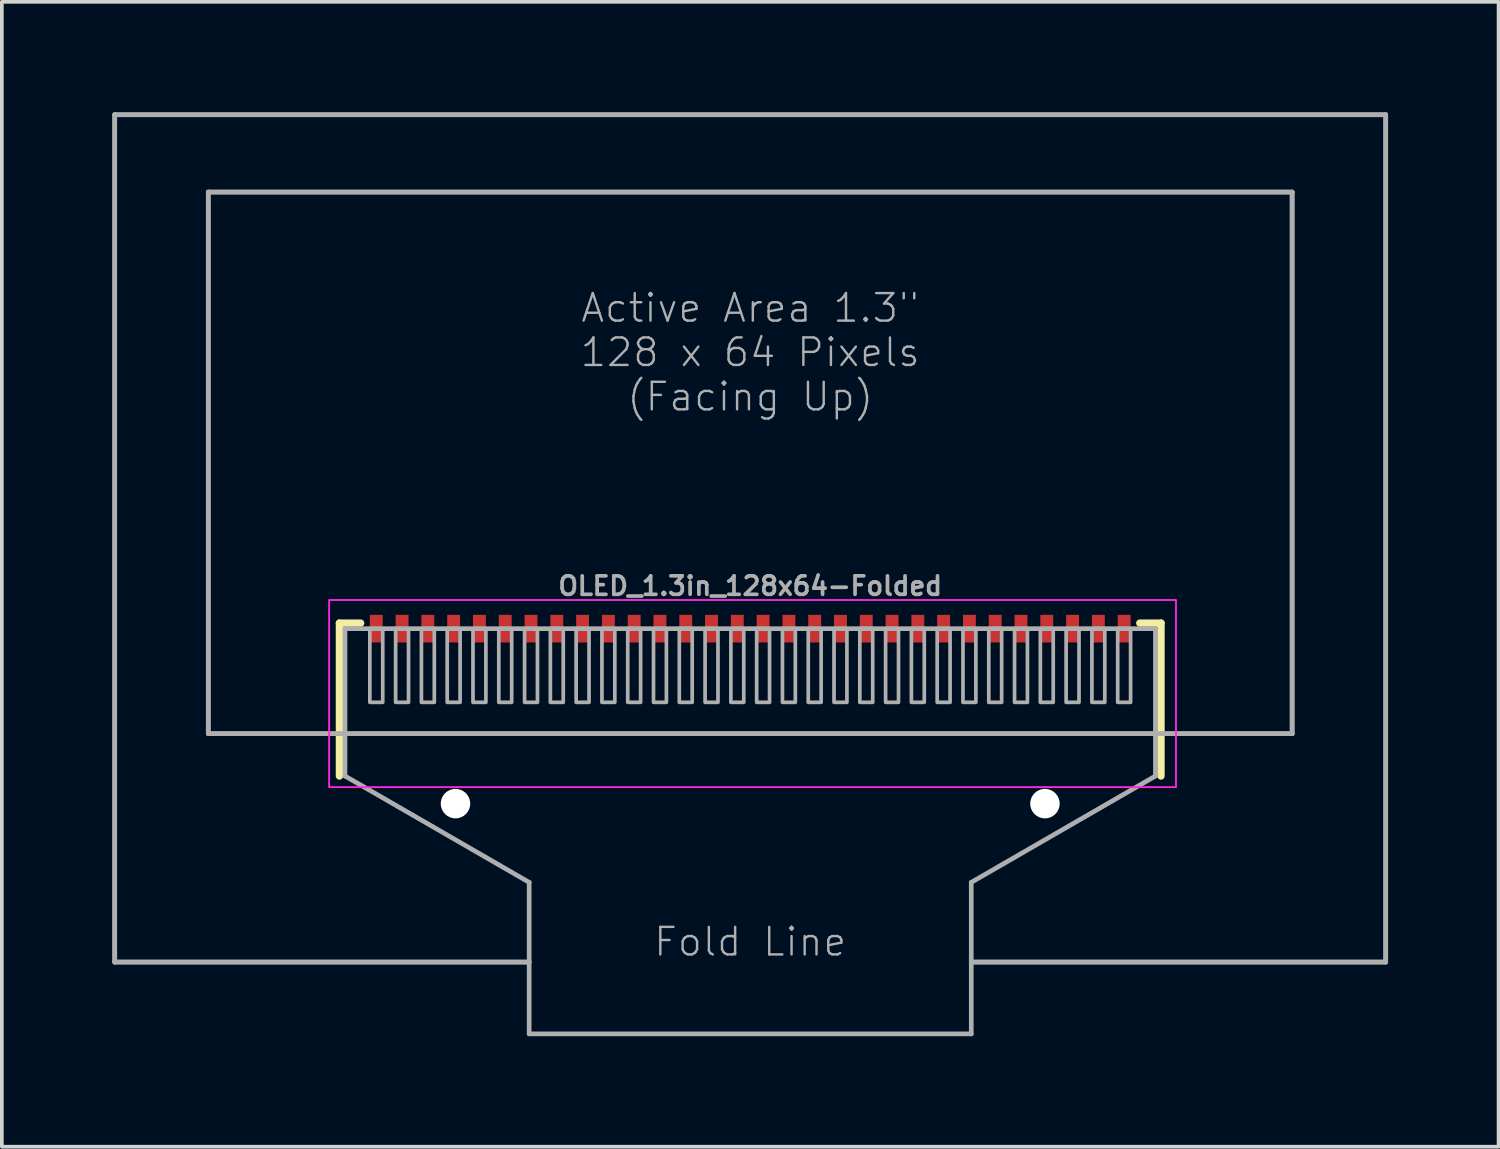
<source format=kicad_pcb>
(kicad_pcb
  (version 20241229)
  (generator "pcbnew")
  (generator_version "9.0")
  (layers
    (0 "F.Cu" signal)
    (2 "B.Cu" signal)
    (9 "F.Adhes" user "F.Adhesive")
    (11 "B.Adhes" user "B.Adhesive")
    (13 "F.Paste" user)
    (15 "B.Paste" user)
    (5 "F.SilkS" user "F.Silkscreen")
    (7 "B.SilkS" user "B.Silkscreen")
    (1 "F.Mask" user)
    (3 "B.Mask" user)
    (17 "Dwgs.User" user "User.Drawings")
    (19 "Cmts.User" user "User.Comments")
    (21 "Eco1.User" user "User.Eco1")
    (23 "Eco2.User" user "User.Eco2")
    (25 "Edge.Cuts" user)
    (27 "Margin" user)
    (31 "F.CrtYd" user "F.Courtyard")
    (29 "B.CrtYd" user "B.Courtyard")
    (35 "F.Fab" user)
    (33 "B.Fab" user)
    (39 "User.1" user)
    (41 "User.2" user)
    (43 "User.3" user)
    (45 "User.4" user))
  (footprint "OLED_1.3in_128x64-Folded"
    (layer "F.Cu")
    (at 17.314 13.014)
    (property "Reference" "OLED_1.3in_128x64-Folded" (at 0 -0.159 0) (unlocked yes) (layer "F.Fab") (effects (font (size 0.5 0.5) (thickness 0.1))))
    (fp_line (start -11.15 0.85) (end -11.15 5) (stroke (width 0.2) (type solid)) (layer "F.SilkS"))
    (fp_line (start -10.575 0.85) (end -11.15 0.85) (stroke (width 0.2) (type solid)) (layer "F.SilkS"))
    (fp_line (start 10.575 0.85) (end 11.15 0.85) (stroke (width 0.2) (type solid)) (layer "F.SilkS"))
    (fp_line (start 11.15 0.85) (end 11.15 5) (stroke (width 0.2) (type solid)) (layer "F.SilkS"))
    (fp_rect (start -11.43 0.222) (end 11.557 5.302) (stroke (width 0.05) (type default)) (fill no) (layer "F.CrtYd"))
    (fp_line (start -17.25 -12.95) (end -17.25 10.05) (stroke (width 0.127) (type solid)) (layer "F.Fab"))
    (fp_line (start -17.25 -12.95) (end -17.25 10.05) (stroke (width 0.127) (type solid)) (layer "F.Fab"))
    (fp_line (start -17.25 10.05) (end -6 10.05) (stroke (width 0.127) (type solid)) (layer "F.Fab"))
    (fp_line (start -17.25 10.05) (end -6 10.05) (stroke (width 0.127) (type solid)) (layer "F.Fab"))
    (fp_line (start -14.71 -10.85) (end -14.71 3.85) (stroke (width 0.127) (type solid)) (layer "F.Fab"))
    (fp_line (start -14.71 -10.85) (end -14.71 3.85) (stroke (width 0.127) (type solid)) (layer "F.Fab"))
    (fp_line (start -14.71 3.85) (end 14.71 3.85) (stroke (width 0.127) (type solid)) (layer "F.Fab"))
    (fp_line (start -14.71 3.85) (end 14.71 3.85) (stroke (width 0.127) (type solid)) (layer "F.Fab"))
    (fp_line (start -11 1) (end -11 5) (stroke (width 0.127) (type solid)) (layer "F.Fab"))
    (fp_line (start -11 5) (end -6 7.887) (stroke (width 0.127) (type solid)) (layer "F.Fab"))
    (fp_line (start -6 7.887) (end -6 12) (stroke (width 0.127) (type solid)) (layer "F.Fab"))
    (fp_line (start 6 7.887) (end 11 5) (stroke (width 0.127) (type solid)) (layer "F.Fab"))
    (fp_line (start 6 10.05) (end 17.25 10.05) (stroke (width 0.127) (type solid)) (layer "F.Fab"))
    (fp_line (start 6 10.05) (end 17.25 10.05) (stroke (width 0.127) (type solid)) (layer "F.Fab"))
    (fp_line (start 6 12) (end -6 12) (stroke (width 0.127) (type solid)) (layer "F.Fab"))
    (fp_line (start 6 12) (end 6 7.887) (stroke (width 0.127) (type solid)) (layer "F.Fab"))
    (fp_line (start 11 1) (end -11 1) (stroke (width 0.127) (type solid)) (layer "F.Fab"))
    (fp_line (start 11 5) (end 11 1) (stroke (width 0.127) (type solid)) (layer "F.Fab"))
    (fp_line (start 14.71 -10.85) (end -14.71 -10.85) (stroke (width 0.127) (type solid)) (layer "F.Fab"))
    (fp_line (start 14.71 -10.85) (end -14.71 -10.85) (stroke (width 0.127) (type solid)) (layer "F.Fab"))
    (fp_line (start 14.71 3.85) (end 14.71 -10.85) (stroke (width 0.127) (type solid)) (layer "F.Fab"))
    (fp_line (start 14.71 3.85) (end 14.71 -10.85) (stroke (width 0.127) (type solid)) (layer "F.Fab"))
    (fp_line (start 17.25 -12.95) (end -17.25 -12.95) (stroke (width 0.127) (type solid)) (layer "F.Fab"))
    (fp_line (start 17.25 -12.95) (end -17.25 -12.95) (stroke (width 0.127) (type solid)) (layer "F.Fab"))
    (fp_line (start 17.25 10.05) (end 17.25 -12.95) (stroke (width 0.127) (type solid)) (layer "F.Fab"))
    (fp_line (start 17.25 10.05) (end 17.25 -12.95) (stroke (width 0.127) (type solid)) (layer "F.Fab"))
    (fp_poly (pts (xy -10.325 3) (xy -9.975 3) (xy -9.975 1) (xy -10.325 1)) (stroke (width 0.1) (type default)) (fill no) (layer "F.Fab"))
    (fp_poly (pts (xy -9.625 3) (xy -9.275 3) (xy -9.275 1) (xy -9.625 1)) (stroke (width 0.1) (type default)) (fill no) (layer "F.Fab"))
    (fp_poly (pts (xy -8.925 3) (xy -8.575 3) (xy -8.575 1) (xy -8.925 1)) (stroke (width 0.1) (type default)) (fill no) (layer "F.Fab"))
    (fp_poly (pts (xy -8.225 3) (xy -7.875 3) (xy -7.875 1) (xy -8.225 1)) (stroke (width 0.1) (type default)) (fill no) (layer "F.Fab"))
    (fp_poly (pts (xy -7.525 3) (xy -7.175 3) (xy -7.175 1) (xy -7.525 1)) (stroke (width 0.1) (type default)) (fill no) (layer "F.Fab"))
    (fp_poly (pts (xy -6.825 3) (xy -6.475 3) (xy -6.475 1) (xy -6.825 1)) (stroke (width 0.1) (type default)) (fill no) (layer "F.Fab"))
    (fp_poly (pts (xy -6.125 3) (xy -5.775 3) (xy -5.775 1) (xy -6.125 1)) (stroke (width 0.1) (type default)) (fill no) (layer "F.Fab"))
    (fp_poly (pts (xy -5.425 3) (xy -5.075 3) (xy -5.075 1) (xy -5.425 1)) (stroke (width 0.1) (type default)) (fill no) (layer "F.Fab"))
    (fp_poly (pts (xy -4.725 3) (xy -4.375 3) (xy -4.375 1) (xy -4.725 1)) (stroke (width 0.1) (type default)) (fill no) (layer "F.Fab"))
    (fp_poly (pts (xy -4.025 3) (xy -3.675 3) (xy -3.675 1) (xy -4.025 1)) (stroke (width 0.1) (type default)) (fill no) (layer "F.Fab"))
    (fp_poly (pts (xy -3.325 3) (xy -2.975 3) (xy -2.975 1) (xy -3.325 1)) (stroke (width 0.1) (type default)) (fill no) (layer "F.Fab"))
    (fp_poly (pts (xy -2.625 3) (xy -2.275 3) (xy -2.275 1) (xy -2.625 1)) (stroke (width 0.1) (type default)) (fill no) (layer "F.Fab"))
    (fp_poly (pts (xy -1.925 3) (xy -1.575 3) (xy -1.575 1) (xy -1.925 1)) (stroke (width 0.1) (type default)) (fill no) (layer "F.Fab"))
    (fp_poly (pts (xy -1.225 3) (xy -0.875 3) (xy -0.875 1) (xy -1.225 1)) (stroke (width 0.1) (type default)) (fill no) (layer "F.Fab"))
    (fp_poly (pts (xy -0.525 3) (xy -0.175 3) (xy -0.175 1) (xy -0.525 1)) (stroke (width 0.1) (type default)) (fill no) (layer "F.Fab"))
    (fp_poly (pts (xy 0.175 3) (xy 0.525 3) (xy 0.525 1) (xy 0.175 1)) (stroke (width 0.1) (type default)) (fill no) (layer "F.Fab"))
    (fp_poly (pts (xy 0.875 3) (xy 1.225 3) (xy 1.225 1) (xy 0.875 1)) (stroke (width 0.1) (type default)) (fill no) (layer "F.Fab"))
    (fp_poly (pts (xy 1.575 3) (xy 1.925 3) (xy 1.925 1) (xy 1.575 1)) (stroke (width 0.1) (type default)) (fill no) (layer "F.Fab"))
    (fp_poly (pts (xy 2.275 3) (xy 2.625 3) (xy 2.625 1) (xy 2.275 1)) (stroke (width 0.1) (type default)) (fill no) (layer "F.Fab"))
    (fp_poly (pts (xy 2.975 3) (xy 3.325 3) (xy 3.325 1) (xy 2.975 1)) (stroke (width 0.1) (type default)) (fill no) (layer "F.Fab"))
    (fp_poly (pts (xy 3.675 3) (xy 4.025 3) (xy 4.025 1) (xy 3.675 1)) (stroke (width 0.1) (type default)) (fill no) (layer "F.Fab"))
    (fp_poly (pts (xy 4.375 3) (xy 4.725 3) (xy 4.725 1) (xy 4.375 1)) (stroke (width 0.1) (type default)) (fill no) (layer "F.Fab"))
    (fp_poly (pts (xy 5.075 3) (xy 5.425 3) (xy 5.425 1) (xy 5.075 1)) (stroke (width 0.1) (type default)) (fill no) (layer "F.Fab"))
    (fp_poly (pts (xy 5.775 3) (xy 6.125 3) (xy 6.125 1) (xy 5.775 1)) (stroke (width 0.1) (type default)) (fill no) (layer "F.Fab"))
    (fp_poly (pts (xy 6.475 3) (xy 6.825 3) (xy 6.825 1) (xy 6.475 1)) (stroke (width 0.1) (type default)) (fill no) (layer "F.Fab"))
    (fp_poly (pts (xy 7.175 3) (xy 7.525 3) (xy 7.525 1) (xy 7.175 1)) (stroke (width 0.1) (type default)) (fill no) (layer "F.Fab"))
    (fp_poly (pts (xy 7.875 3) (xy 8.225 3) (xy 8.225 1) (xy 7.875 1)) (stroke (width 0.1) (type default)) (fill no) (layer "F.Fab"))
    (fp_poly (pts (xy 8.575 3) (xy 8.925 3) (xy 8.925 1) (xy 8.575 1)) (stroke (width 0.1) (type default)) (fill no) (layer "F.Fab"))
    (fp_poly (pts (xy 9.275 3) (xy 9.625 3) (xy 9.625 1) (xy 9.275 1)) (stroke (width 0.1) (type default)) (fill no) (layer "F.Fab"))
    (fp_poly (pts (xy 9.975 3) (xy 10.325 3) (xy 10.325 1) (xy 9.975 1)) (stroke (width 0.1) (type default)) (fill no) (layer "F.Fab"))
    (fp_text user "Fold Line" (at 0 9.5 0) (unlocked yes) (layer "F.Fab") (effects (font (size 0.748 0.748) (thickness 0.065))))
    (fp_text user "Active Area 1.3\"\n128 x 64 Pixels\n(Facing Up)" (at 0 -6.5 0) (unlocked yes) (layer "F.Fab") (effects (font (size 0.748 0.748) (thickness 0.065))))
    (pad "" np_thru_hole circle (at -8 5.75) (size 0.8 0.8) (drill 0.8) (layers "*.Cu" "*.Mask"))
    (pad "" np_thru_hole circle (at 8 5.75) (size 0.8 0.8) (drill 0.8) (layers "*.Cu" "*.Mask"))
    (pad "1" smd rect (at -10.15 1) (size 0.35 0.75) (layers "F.Cu" "F.Mask" "F.Paste"))
    (pad "2" smd rect (at -9.45 1) (size 0.35 0.75) (layers "F.Cu" "F.Mask" "F.Paste"))
    (pad "3" smd rect (at -8.75 1) (size 0.35 0.75) (layers "F.Cu" "F.Mask" "F.Paste"))
    (pad "4" smd rect (at -8.05 1) (size 0.35 0.75) (layers "F.Cu" "F.Mask" "F.Paste"))
    (pad "5" smd rect (at -7.35 1) (size 0.35 0.75) (layers "F.Cu" "F.Mask" "F.Paste"))
    (pad "6" smd rect (at -6.65 1) (size 0.35 0.75) (layers "F.Cu" "F.Mask" "F.Paste"))
    (pad "7" smd rect (at -5.95 1) (size 0.35 0.75) (layers "F.Cu" "F.Mask" "F.Paste"))
    (pad "8" smd rect (at -5.25 1) (size 0.35 0.75) (layers "F.Cu" "F.Mask" "F.Paste"))
    (pad "9" smd rect (at -4.55 1) (size 0.35 0.75) (layers "F.Cu" "F.Mask" "F.Paste"))
    (pad "10" smd rect (at -3.85 1) (size 0.35 0.75) (layers "F.Cu" "F.Mask" "F.Paste"))
    (pad "11" smd rect (at -3.15 1) (size 0.35 0.75) (layers "F.Cu" "F.Mask" "F.Paste"))
    (pad "12" smd rect (at -2.45 1) (size 0.35 0.75) (layers "F.Cu" "F.Mask" "F.Paste"))
    (pad "13" smd rect (at -1.75 1) (size 0.35 0.75) (layers "F.Cu" "F.Mask" "F.Paste"))
    (pad "14" smd rect (at -1.05 1) (size 0.35 0.75) (layers "F.Cu" "F.Mask" "F.Paste"))
    (pad "15" smd rect (at -0.35 1) (size 0.35 0.75) (layers "F.Cu" "F.Mask" "F.Paste"))
    (pad "16" smd rect (at 0.35 1) (size 0.35 0.75) (layers "F.Cu" "F.Mask" "F.Paste"))
    (pad "17" smd rect (at 1.05 1) (size 0.35 0.75) (layers "F.Cu" "F.Mask" "F.Paste"))
    (pad "18" smd rect (at 1.75 1) (size 0.35 0.75) (layers "F.Cu" "F.Mask" "F.Paste"))
    (pad "19" smd rect (at 2.45 1) (size 0.35 0.75) (layers "F.Cu" "F.Mask" "F.Paste"))
    (pad "20" smd rect (at 3.15 1) (size 0.35 0.75) (layers "F.Cu" "F.Mask" "F.Paste"))
    (pad "21" smd rect (at 3.85 1) (size 0.35 0.75) (layers "F.Cu" "F.Mask" "F.Paste"))
    (pad "22" smd rect (at 4.55 1) (size 0.35 0.75) (layers "F.Cu" "F.Mask" "F.Paste"))
    (pad "23" smd rect (at 5.25 1) (size 0.35 0.75) (layers "F.Cu" "F.Mask" "F.Paste"))
    (pad "24" smd rect (at 5.95 1) (size 0.35 0.75) (layers "F.Cu" "F.Mask" "F.Paste"))
    (pad "25" smd rect (at 6.65 1) (size 0.35 0.75) (layers "F.Cu" "F.Mask" "F.Paste"))
    (pad "26" smd rect (at 7.35 1) (size 0.35 0.75) (layers "F.Cu" "F.Mask" "F.Paste"))
    (pad "27" smd rect (at 8.05 1) (size 0.35 0.75) (layers "F.Cu" "F.Mask" "F.Paste"))
    (pad "28" smd rect (at 8.75 1) (size 0.35 0.75) (layers "F.Cu" "F.Mask" "F.Paste"))
    (pad "29" smd rect (at 9.45 1) (size 0.35 0.75) (layers "F.Cu" "F.Mask" "F.Paste"))
    (pad "30" smd rect (at 10.15 1) (size 0.35 0.75) (layers "F.Cu" "F.Mask" "F.Paste")))
  (gr_rect
    (start -3 -3)
    (end 37.627 28.077)
    (stroke (width 0.1) (type default))
    (fill no)
    (layer "Edge.Cuts")))
</source>
